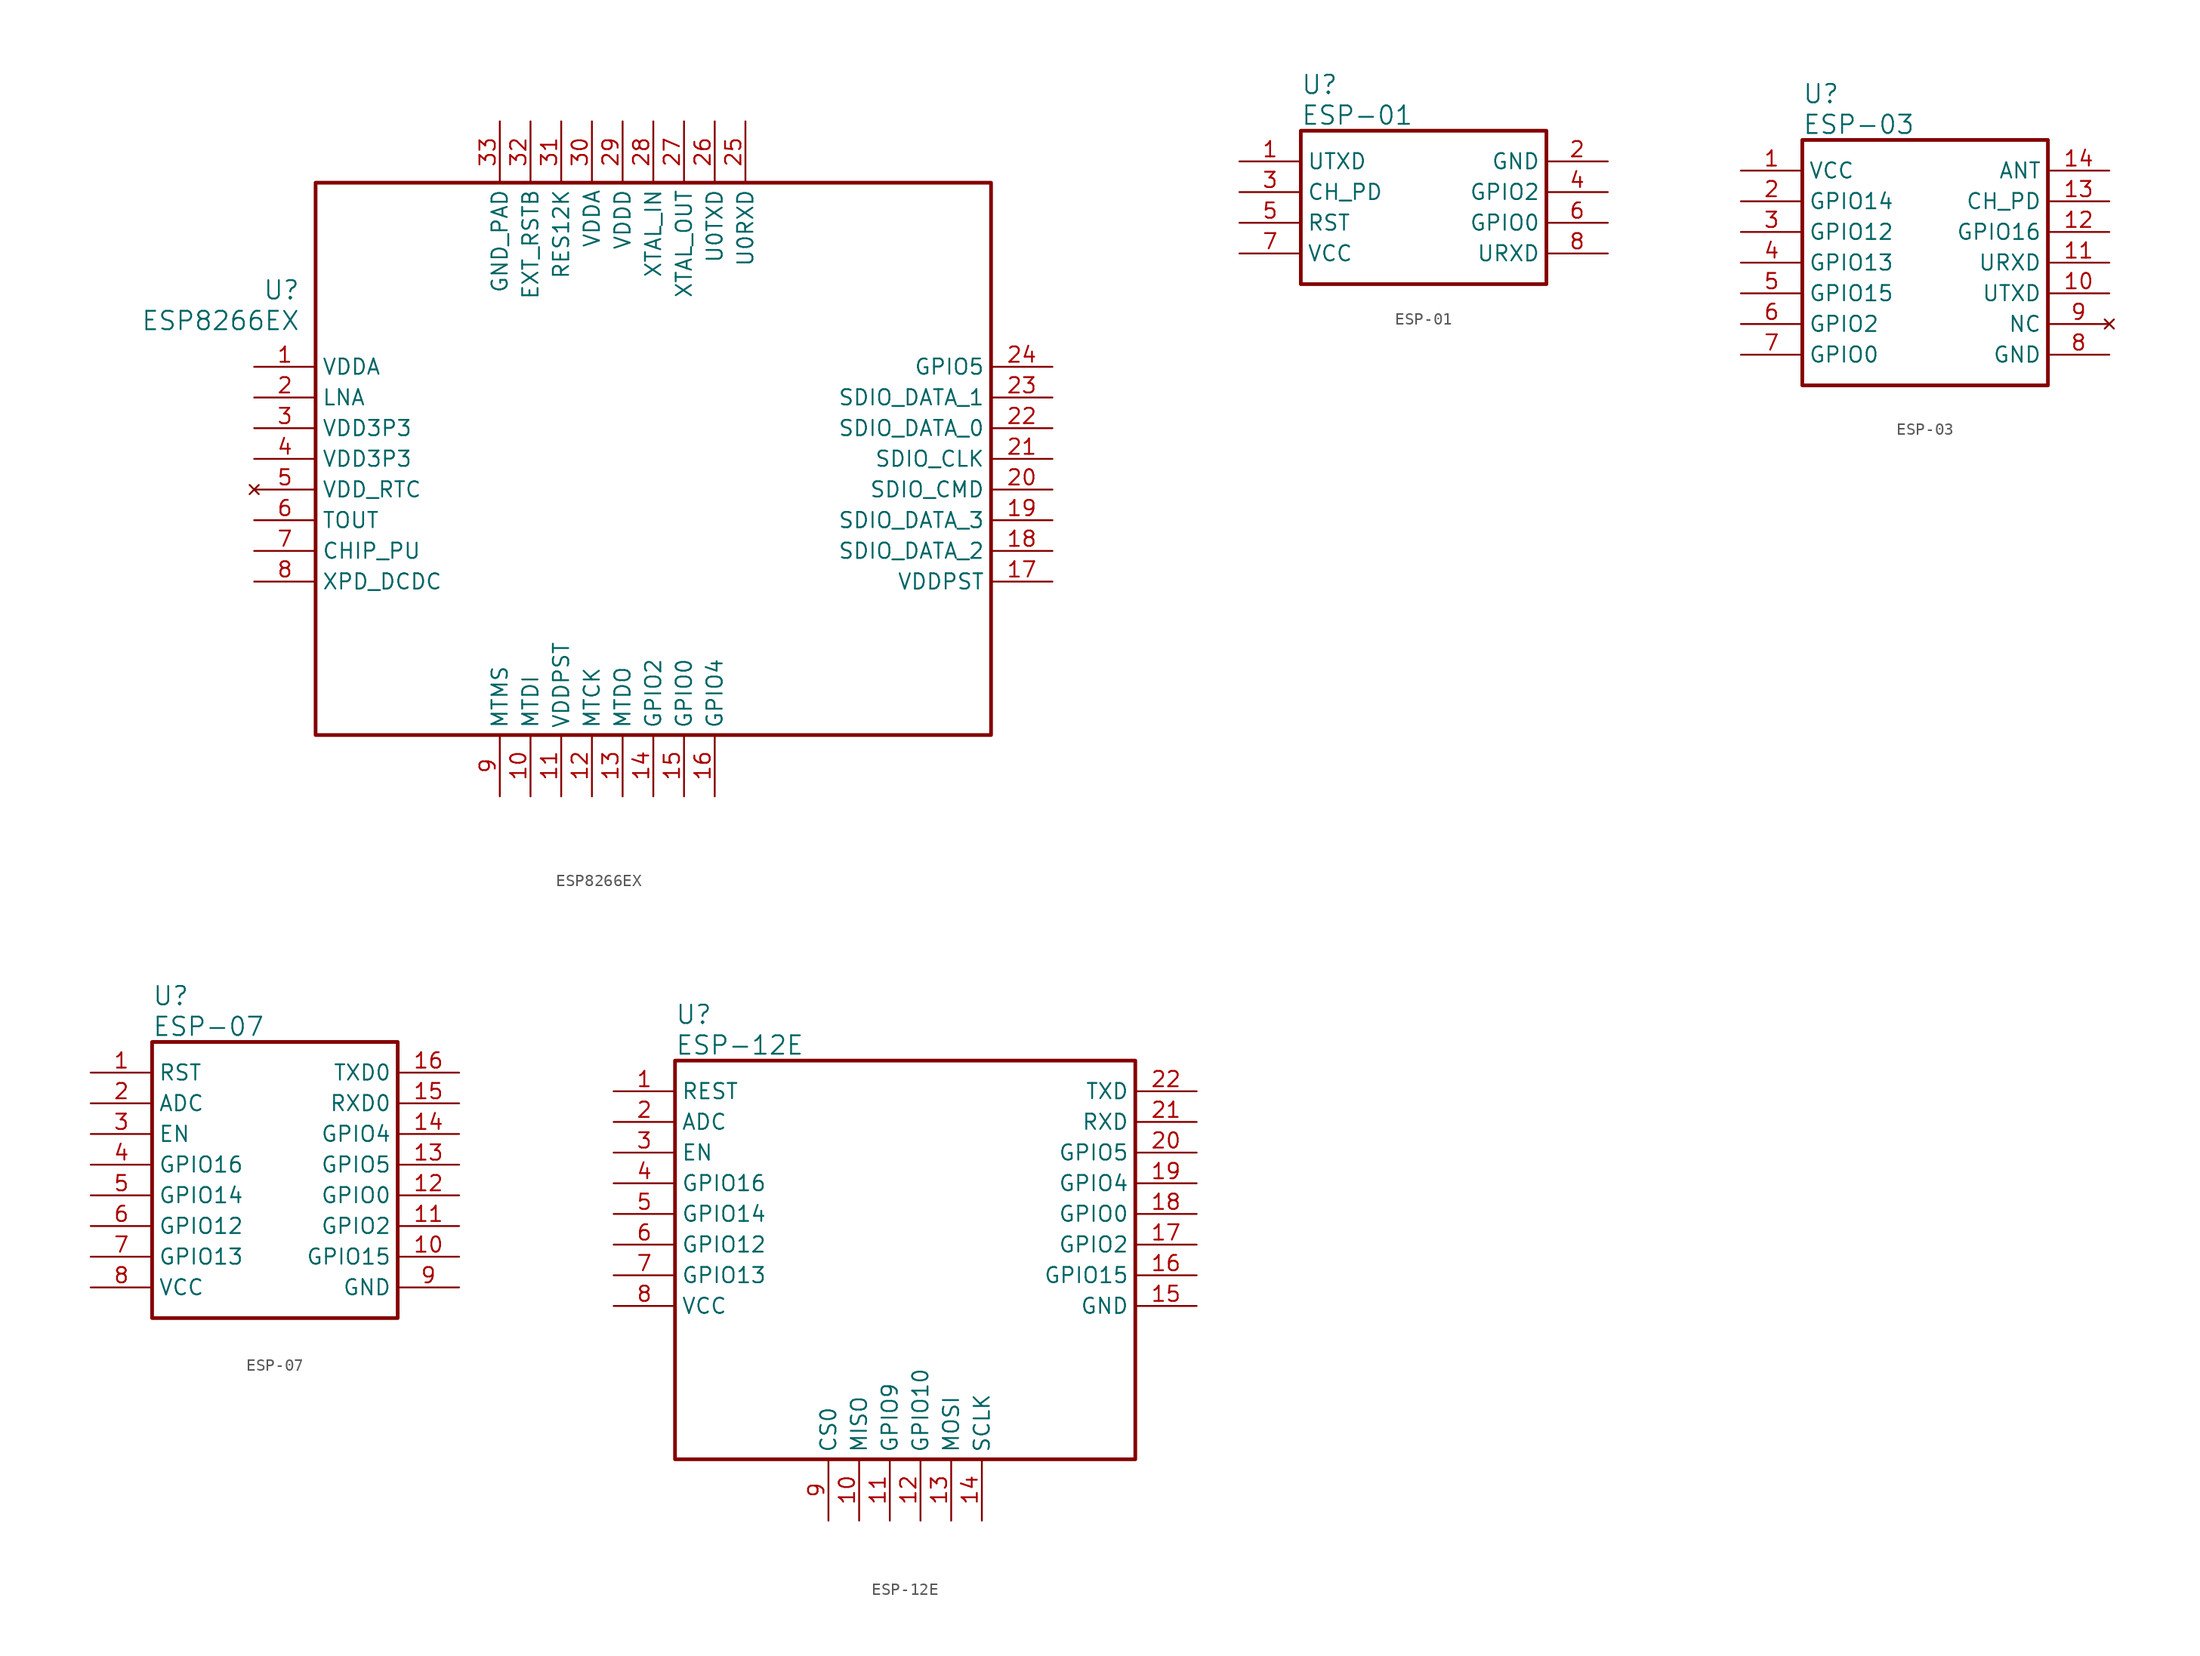
<source format=kicad_sym>
(kicad_symbol_lib
  (version 20220102)
  (generator kicad_symbol_editor)
  (symbol "ESP8266EX"
    (property "Reference" "U"
      (at 3.81 6.35 0)
      (effects (font (size 1.524 1.524)) (justify right)))
    (property "Value" "ESP8266EX"
      (at 3.81 3.81 0)
      (effects (font (size 1.524 1.524)) (justify right)))
    (property "ki_locked" ""
      (at 0 0 0)
      (effects (font (size 1.27 1.27))))
    (symbol "ESP8266EX_1_1"
      (rectangle (start 5.08 15.24) (end 60.96 -30.48) (stroke (width 0.305) (type default)) (fill (type none)))
      (pin power_in line (at 0 0 0) (length 5.08) (name "VDDA" (effects (font (size 1.27 1.27)))) (number "1" (effects (font (size 1.27 1.27)))))
      (pin bidirectional line (at 22.86 -35.56 90) (length 5.08) (name "MTDI" (effects (font (size 1.27 1.27)))) (number "10" (effects (font (size 1.27 1.27)))))
      (pin power_in line (at 25.4 -35.56 90) (length 5.08) (name "VDDPST" (effects (font (size 1.27 1.27)))) (number "11" (effects (font (size 1.27 1.27)))))
      (pin bidirectional line (at 27.94 -35.56 90) (length 5.08) (name "MTCK" (effects (font (size 1.27 1.27)))) (number "12" (effects (font (size 1.27 1.27)))))
      (pin bidirectional line (at 30.48 -35.56 90) (length 5.08) (name "MTDO" (effects (font (size 1.27 1.27)))) (number "13" (effects (font (size 1.27 1.27)))))
      (pin bidirectional line (at 33.02 -35.56 90) (length 5.08) (name "GPIO2" (effects (font (size 1.27 1.27)))) (number "14" (effects (font (size 1.27 1.27)))))
      (pin bidirectional line (at 35.56 -35.56 90) (length 5.08) (name "GPIO0" (effects (font (size 1.27 1.27)))) (number "15" (effects (font (size 1.27 1.27)))))
      (pin bidirectional line (at 38.1 -35.56 90) (length 5.08) (name "GPIO4" (effects (font (size 1.27 1.27)))) (number "16" (effects (font (size 1.27 1.27)))))
      (pin power_in line (at 66.04 -17.78 180) (length 5.08) (name "VDDPST" (effects (font (size 1.27 1.27)))) (number "17" (effects (font (size 1.27 1.27)))))
      (pin bidirectional line (at 66.04 -15.24 180) (length 5.08) (name "SDIO_DATA_2" (effects (font (size 1.27 1.27)))) (number "18" (effects (font (size 1.27 1.27)))))
      (pin bidirectional line (at 66.04 -12.7 180) (length 5.08) (name "SDIO_DATA_3" (effects (font (size 1.27 1.27)))) (number "19" (effects (font (size 1.27 1.27)))))
      (pin passive line (at 0 -2.54 0) (length 5.08) (name "LNA" (effects (font (size 1.27 1.27)))) (number "2" (effects (font (size 1.27 1.27)))))
      (pin bidirectional line (at 66.04 -10.16 180) (length 5.08) (name "SDIO_CMD" (effects (font (size 1.27 1.27)))) (number "20" (effects (font (size 1.27 1.27)))))
      (pin bidirectional line (at 66.04 -7.62 180) (length 5.08) (name "SDIO_CLK" (effects (font (size 1.27 1.27)))) (number "21" (effects (font (size 1.27 1.27)))))
      (pin bidirectional line (at 66.04 -5.08 180) (length 5.08) (name "SDIO_DATA_0" (effects (font (size 1.27 1.27)))) (number "22" (effects (font (size 1.27 1.27)))))
      (pin bidirectional line (at 66.04 -2.54 180) (length 5.08) (name "SDIO_DATA_1" (effects (font (size 1.27 1.27)))) (number "23" (effects (font (size 1.27 1.27)))))
      (pin bidirectional line (at 66.04 0 180) (length 5.08) (name "GPIO5" (effects (font (size 1.27 1.27)))) (number "24" (effects (font (size 1.27 1.27)))))
      (pin bidirectional line (at 40.64 20.32 270) (length 5.08) (name "U0RXD" (effects (font (size 1.27 1.27)))) (number "25" (effects (font (size 1.27 1.27)))))
      (pin bidirectional line (at 38.1 20.32 270) (length 5.08) (name "U0TXD" (effects (font (size 1.27 1.27)))) (number "26" (effects (font (size 1.27 1.27)))))
      (pin bidirectional line (at 35.56 20.32 270) (length 5.08) (name "XTAL_OUT" (effects (font (size 1.27 1.27)))) (number "27" (effects (font (size 1.27 1.27)))))
      (pin bidirectional line (at 33.02 20.32 270) (length 5.08) (name "XTAL_IN" (effects (font (size 1.27 1.27)))) (number "28" (effects (font (size 1.27 1.27)))))
      (pin power_in line (at 30.48 20.32 270) (length 5.08) (name "VDDD" (effects (font (size 1.27 1.27)))) (number "29" (effects (font (size 1.27 1.27)))))
      (pin power_in line (at 0 -5.08 0) (length 5.08) (name "VDD3P3" (effects (font (size 1.27 1.27)))) (number "3" (effects (font (size 1.27 1.27)))))
      (pin power_in line (at 27.94 20.32 270) (length 5.08) (name "VDDA" (effects (font (size 1.27 1.27)))) (number "30" (effects (font (size 1.27 1.27)))))
      (pin input line (at 25.4 20.32 270) (length 5.08) (name "RES12K" (effects (font (size 1.27 1.27)))) (number "31" (effects (font (size 1.27 1.27)))))
      (pin input line (at 22.86 20.32 270) (length 5.08) (name "EXT_RSTB" (effects (font (size 1.27 1.27)))) (number "32" (effects (font (size 1.27 1.27)))))
      (pin power_in line (at 20.32 20.32 270) (length 5.08) (name "GND_PAD" (effects (font (size 1.27 1.27)))) (number "33" (effects (font (size 1.27 1.27)))))
      (pin power_in line (at 0 -7.62 0) (length 5.08) (name "VDD3P3" (effects (font (size 1.27 1.27)))) (number "4" (effects (font (size 1.27 1.27)))))
      (pin no_connect line (at 0 -10.16 0) (length 5.08) (name "VDD_RTC" (effects (font (size 1.27 1.27)))) (number "5" (effects (font (size 1.27 1.27)))))
      (pin input line (at 0 -12.7 0) (length 5.08) (name "TOUT" (effects (font (size 1.27 1.27)))) (number "6" (effects (font (size 1.27 1.27)))))
      (pin input line (at 0 -15.24 0) (length 5.08) (name "CHIP_PU" (effects (font (size 1.27 1.27)))) (number "7" (effects (font (size 1.27 1.27)))))
      (pin bidirectional line (at 0 -17.78 0) (length 5.08) (name "XPD_DCDC" (effects (font (size 1.27 1.27)))) (number "8" (effects (font (size 1.27 1.27)))))
      (pin bidirectional line (at 20.32 -35.56 90) (length 5.08) (name "MTMS" (effects (font (size 1.27 1.27)))) (number "9" (effects (font (size 1.27 1.27)))))))
  (symbol "ESP-01"
    (property "Reference" "U"
      (at 5.08 6.35 0)
      (effects (font (size 1.524 1.524)) (justify left)))
    (property "Value" "ESP-01"
      (at 5.08 3.81 0)
      (effects (font (size 1.524 1.524)) (justify left)))
    (property "ki_locked" ""
      (at 0 0 0)
      (effects (font (size 1.27 1.27))))
    (symbol "ESP-01_1_1"
      (rectangle (start 5.08 2.54) (end 25.4 -10.16) (stroke (width 0.305) (type default)) (fill (type none)))
      (pin output line (at 0 0 0) (length 5.08) (name "UTXD" (effects (font (size 1.27 1.27)))) (number "1" (effects (font (size 1.27 1.27)))))
      (pin power_in line (at 30.48 0 180) (length 5.08) (name "GND" (effects (font (size 1.27 1.27)))) (number "2" (effects (font (size 1.27 1.27)))))
      (pin input line (at 0 -2.54 0) (length 5.08) (name "CH_PD" (effects (font (size 1.27 1.27)))) (number "3" (effects (font (size 1.27 1.27)))))
      (pin tri_state line (at 30.48 -2.54 180) (length 5.08) (name "GPIO2" (effects (font (size 1.27 1.27)))) (number "4" (effects (font (size 1.27 1.27)))))
      (pin input line (at 0 -5.08 0) (length 5.08) (name "RST" (effects (font (size 1.27 1.27)))) (number "5" (effects (font (size 1.27 1.27)))))
      (pin tri_state line (at 30.48 -5.08 180) (length 5.08) (name "GPIO0" (effects (font (size 1.27 1.27)))) (number "6" (effects (font (size 1.27 1.27)))))
      (pin power_in line (at 0 -7.62 0) (length 5.08) (name "VCC" (effects (font (size 1.27 1.27)))) (number "7" (effects (font (size 1.27 1.27)))))
      (pin input line (at 30.48 -7.62 180) (length 5.08) (name "URXD" (effects (font (size 1.27 1.27)))) (number "8" (effects (font (size 1.27 1.27)))))))
  (symbol "ESP-03"
    (property "Reference" "U"
      (at 5.08 6.35 0)
      (effects (font (size 1.524 1.524)) (justify left)))
    (property "Value" "ESP-03"
      (at 5.08 3.81 0)
      (effects (font (size 1.524 1.524)) (justify left)))
    (property "ki_locked" ""
      (at 0 0 0)
      (effects (font (size 1.27 1.27))))
    (symbol "ESP-03_1_1"
      (rectangle (start 5.08 2.54) (end 25.4 -17.78) (stroke (width 0.305) (type default)) (fill (type none)))
      (pin power_in line (at 0 0 0) (length 5.08) (name "VCC" (effects (font (size 1.27 1.27)))) (number "1" (effects (font (size 1.27 1.27)))))
      (pin output line (at 30.48 -10.16 180) (length 5.08) (name "UTXD" (effects (font (size 1.27 1.27)))) (number "10" (effects (font (size 1.27 1.27)))))
      (pin input line (at 30.48 -7.62 180) (length 5.08) (name "URXD" (effects (font (size 1.27 1.27)))) (number "11" (effects (font (size 1.27 1.27)))))
      (pin bidirectional line (at 30.48 -5.08 180) (length 5.08) (name "GPIO16" (effects (font (size 1.27 1.27)))) (number "12" (effects (font (size 1.27 1.27)))))
      (pin input line (at 30.48 -2.54 180) (length 5.08) (name "CH_PD" (effects (font (size 1.27 1.27)))) (number "13" (effects (font (size 1.27 1.27)))))
      (pin unspecified line (at 30.48 0 180) (length 5.08) (name "ANT" (effects (font (size 1.27 1.27)))) (number "14" (effects (font (size 1.27 1.27)))))
      (pin bidirectional line (at 0 -2.54 0) (length 5.08) (name "GPIO14" (effects (font (size 1.27 1.27)))) (number "2" (effects (font (size 1.27 1.27)))))
      (pin bidirectional line (at 0 -5.08 0) (length 5.08) (name "GPIO12" (effects (font (size 1.27 1.27)))) (number "3" (effects (font (size 1.27 1.27)))))
      (pin bidirectional line (at 0 -7.62 0) (length 5.08) (name "GPIO13" (effects (font (size 1.27 1.27)))) (number "4" (effects (font (size 1.27 1.27)))))
      (pin bidirectional line (at 0 -10.16 0) (length 5.08) (name "GPIO15" (effects (font (size 1.27 1.27)))) (number "5" (effects (font (size 1.27 1.27)))))
      (pin bidirectional line (at 0 -12.7 0) (length 5.08) (name "GPIO2" (effects (font (size 1.27 1.27)))) (number "6" (effects (font (size 1.27 1.27)))))
      (pin bidirectional line (at 0 -15.24 0) (length 5.08) (name "GPIO0" (effects (font (size 1.27 1.27)))) (number "7" (effects (font (size 1.27 1.27)))))
      (pin power_in line (at 30.48 -15.24 180) (length 5.08) (name "GND" (effects (font (size 1.27 1.27)))) (number "8" (effects (font (size 1.27 1.27)))))
      (pin no_connect line (at 30.48 -12.7 180) (length 5.08) (name "NC" (effects (font (size 1.27 1.27)))) (number "9" (effects (font (size 1.27 1.27)))))))
  (symbol "ESP-07"
    (property "Reference" "U"
      (at 5.08 6.35 0)
      (effects (font (size 1.524 1.524)) (justify left)))
    (property "Value" "ESP-07"
      (at 5.08 3.81 0)
      (effects (font (size 1.524 1.524)) (justify left)))
    (property "ki_locked" ""
      (at 0 0 0)
      (effects (font (size 1.27 1.27))))
    (symbol "ESP-07_1_1"
      (rectangle (start 5.08 2.54) (end 25.4 -20.32) (stroke (width 0.305) (type default)) (fill (type none)))
      (pin input line (at 0 0 0) (length 5.08) (name "RST" (effects (font (size 1.27 1.27)))) (number "1" (effects (font (size 1.27 1.27)))))
      (pin bidirectional line (at 30.48 -15.24 180) (length 5.08) (name "GPIO15" (effects (font (size 1.27 1.27)))) (number "10" (effects (font (size 1.27 1.27)))))
      (pin bidirectional line (at 30.48 -12.7 180) (length 5.08) (name "GPIO2" (effects (font (size 1.27 1.27)))) (number "11" (effects (font (size 1.27 1.27)))))
      (pin bidirectional line (at 30.48 -10.16 180) (length 5.08) (name "GPIO0" (effects (font (size 1.27 1.27)))) (number "12" (effects (font (size 1.27 1.27)))))
      (pin bidirectional line (at 30.48 -7.62 180) (length 5.08) (name "GPIO5" (effects (font (size 1.27 1.27)))) (number "13" (effects (font (size 1.27 1.27)))))
      (pin bidirectional line (at 30.48 -5.08 180) (length 5.08) (name "GPIO4" (effects (font (size 1.27 1.27)))) (number "14" (effects (font (size 1.27 1.27)))))
      (pin input line (at 30.48 -2.54 180) (length 5.08) (name "RXD0" (effects (font (size 1.27 1.27)))) (number "15" (effects (font (size 1.27 1.27)))))
      (pin output line (at 30.48 0 180) (length 5.08) (name "TXD0" (effects (font (size 1.27 1.27)))) (number "16" (effects (font (size 1.27 1.27)))))
      (pin passive line (at 0 -2.54 0) (length 5.08) (name "ADC" (effects (font (size 1.27 1.27)))) (number "2" (effects (font (size 1.27 1.27)))))
      (pin input line (at 0 -5.08 0) (length 5.08) (name "EN" (effects (font (size 1.27 1.27)))) (number "3" (effects (font (size 1.27 1.27)))))
      (pin bidirectional line (at 0 -7.62 0) (length 5.08) (name "GPIO16" (effects (font (size 1.27 1.27)))) (number "4" (effects (font (size 1.27 1.27)))))
      (pin bidirectional line (at 0 -10.16 0) (length 5.08) (name "GPIO14" (effects (font (size 1.27 1.27)))) (number "5" (effects (font (size 1.27 1.27)))))
      (pin bidirectional line (at 0 -12.7 0) (length 5.08) (name "GPIO12" (effects (font (size 1.27 1.27)))) (number "6" (effects (font (size 1.27 1.27)))))
      (pin bidirectional line (at 0 -15.24 0) (length 5.08) (name "GPIO13" (effects (font (size 1.27 1.27)))) (number "7" (effects (font (size 1.27 1.27)))))
      (pin power_in line (at 0 -17.78 0) (length 5.08) (name "VCC" (effects (font (size 1.27 1.27)))) (number "8" (effects (font (size 1.27 1.27)))))
      (pin power_in line (at 30.48 -17.78 180) (length 5.08) (name "GND" (effects (font (size 1.27 1.27)))) (number "9" (effects (font (size 1.27 1.27)))))))
  (symbol "ESP-12E"
    (property "Reference" "U"
      (at 5.08 6.35 0)
      (effects (font (size 1.524 1.524)) (justify left)))
    (property "Value" "ESP-12E"
      (at 5.08 3.81 0)
      (effects (font (size 1.524 1.524)) (justify left)))
    (property "ki_locked" ""
      (at 0 0 0)
      (effects (font (size 1.27 1.27))))
    (symbol "ESP-12E_1_1"
      (rectangle (start 5.08 2.54) (end 43.18 -30.48) (stroke (width 0.305) (type default)) (fill (type none)))
      (pin input line (at 0 0 0) (length 5.08) (name "REST" (effects (font (size 1.27 1.27)))) (number "1" (effects (font (size 1.27 1.27)))))
      (pin bidirectional line (at 20.32 -35.56 90) (length 5.08) (name "MISO" (effects (font (size 1.27 1.27)))) (number "10" (effects (font (size 1.27 1.27)))))
      (pin bidirectional line (at 22.86 -35.56 90) (length 5.08) (name "GPIO9" (effects (font (size 1.27 1.27)))) (number "11" (effects (font (size 1.27 1.27)))))
      (pin bidirectional line (at 25.4 -35.56 90) (length 5.08) (name "GPIO10" (effects (font (size 1.27 1.27)))) (number "12" (effects (font (size 1.27 1.27)))))
      (pin bidirectional line (at 27.94 -35.56 90) (length 5.08) (name "MOSI" (effects (font (size 1.27 1.27)))) (number "13" (effects (font (size 1.27 1.27)))))
      (pin bidirectional line (at 30.48 -35.56 90) (length 5.08) (name "SCLK" (effects (font (size 1.27 1.27)))) (number "14" (effects (font (size 1.27 1.27)))))
      (pin power_in line (at 48.26 -17.78 180) (length 5.08) (name "GND" (effects (font (size 1.27 1.27)))) (number "15" (effects (font (size 1.27 1.27)))))
      (pin bidirectional line (at 48.26 -15.24 180) (length 5.08) (name "GPIO15" (effects (font (size 1.27 1.27)))) (number "16" (effects (font (size 1.27 1.27)))))
      (pin bidirectional line (at 48.26 -12.7 180) (length 5.08) (name "GPIO2" (effects (font (size 1.27 1.27)))) (number "17" (effects (font (size 1.27 1.27)))))
      (pin bidirectional line (at 48.26 -10.16 180) (length 5.08) (name "GPIO0" (effects (font (size 1.27 1.27)))) (number "18" (effects (font (size 1.27 1.27)))))
      (pin bidirectional line (at 48.26 -7.62 180) (length 5.08) (name "GPIO4" (effects (font (size 1.27 1.27)))) (number "19" (effects (font (size 1.27 1.27)))))
      (pin passive line (at 0 -2.54 0) (length 5.08) (name "ADC" (effects (font (size 1.27 1.27)))) (number "2" (effects (font (size 1.27 1.27)))))
      (pin bidirectional line (at 48.26 -5.08 180) (length 5.08) (name "GPIO5" (effects (font (size 1.27 1.27)))) (number "20" (effects (font (size 1.27 1.27)))))
      (pin input line (at 48.26 -2.54 180) (length 5.08) (name "RXD" (effects (font (size 1.27 1.27)))) (number "21" (effects (font (size 1.27 1.27)))))
      (pin output line (at 48.26 0 180) (length 5.08) (name "TXD" (effects (font (size 1.27 1.27)))) (number "22" (effects (font (size 1.27 1.27)))))
      (pin input line (at 0 -5.08 0) (length 5.08) (name "EN" (effects (font (size 1.27 1.27)))) (number "3" (effects (font (size 1.27 1.27)))))
      (pin bidirectional line (at 0 -7.62 0) (length 5.08) (name "GPIO16" (effects (font (size 1.27 1.27)))) (number "4" (effects (font (size 1.27 1.27)))))
      (pin bidirectional line (at 0 -10.16 0) (length 5.08) (name "GPIO14" (effects (font (size 1.27 1.27)))) (number "5" (effects (font (size 1.27 1.27)))))
      (pin bidirectional line (at 0 -12.7 0) (length 5.08) (name "GPIO12" (effects (font (size 1.27 1.27)))) (number "6" (effects (font (size 1.27 1.27)))))
      (pin bidirectional line (at 0 -15.24 0) (length 5.08) (name "GPIO13" (effects (font (size 1.27 1.27)))) (number "7" (effects (font (size 1.27 1.27)))))
      (pin power_in line (at 0 -17.78 0) (length 5.08) (name "VCC" (effects (font (size 1.27 1.27)))) (number "8" (effects (font (size 1.27 1.27)))))
      (pin bidirectional line (at 17.78 -35.56 90) (length 5.08) (name "CS0" (effects (font (size 1.27 1.27)))) (number "9" (effects (font (size 1.27 1.27))))))))
</source>
